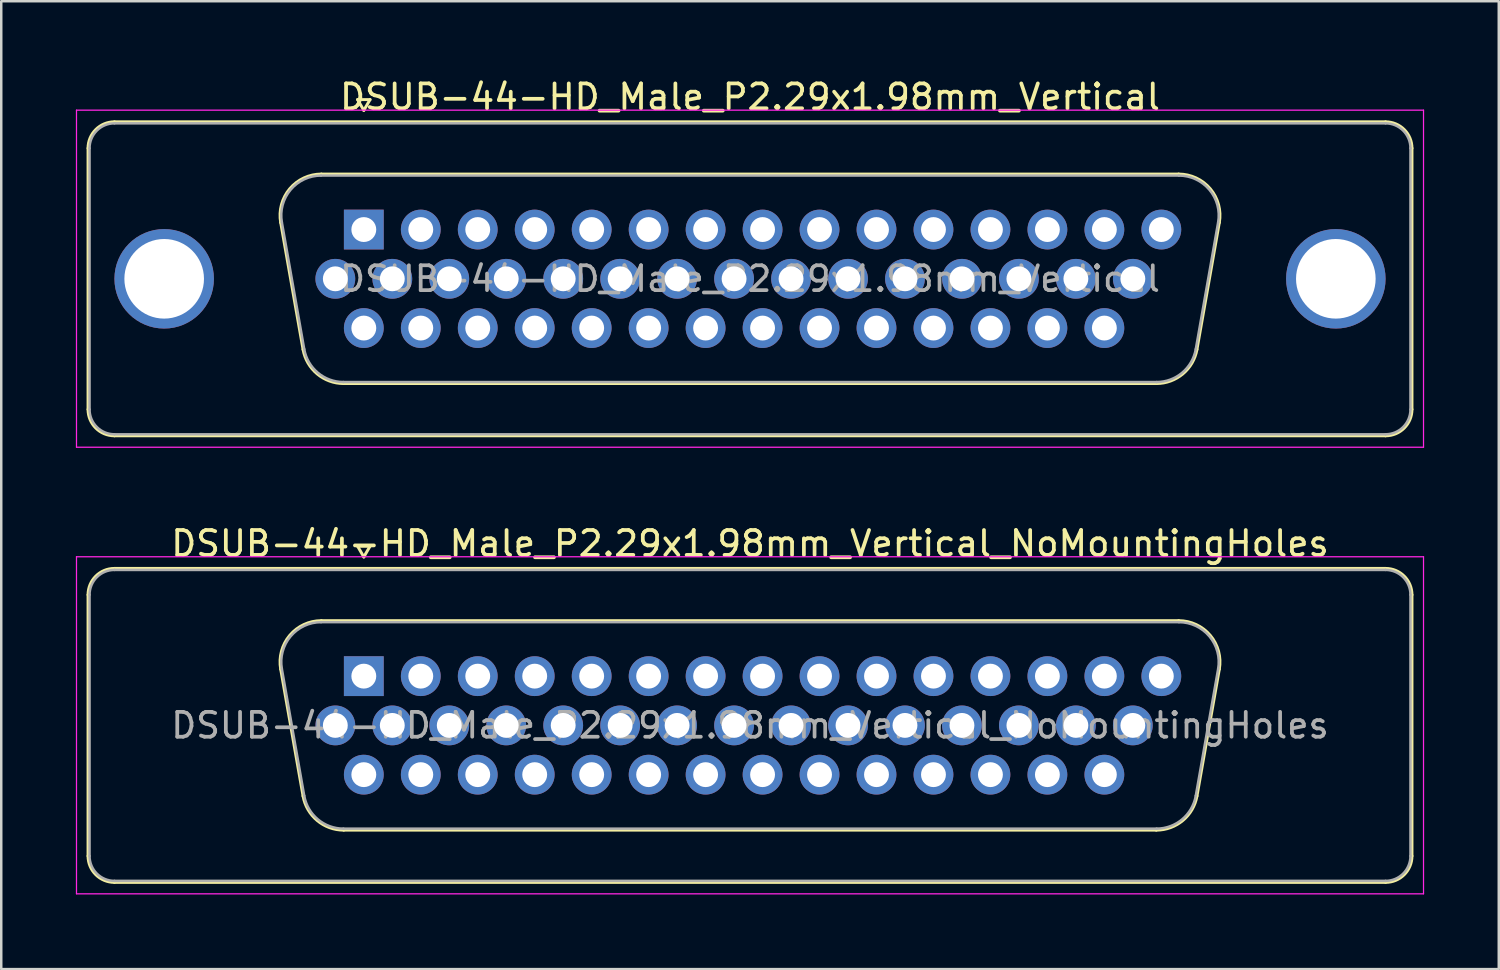
<source format=kicad_pcb>
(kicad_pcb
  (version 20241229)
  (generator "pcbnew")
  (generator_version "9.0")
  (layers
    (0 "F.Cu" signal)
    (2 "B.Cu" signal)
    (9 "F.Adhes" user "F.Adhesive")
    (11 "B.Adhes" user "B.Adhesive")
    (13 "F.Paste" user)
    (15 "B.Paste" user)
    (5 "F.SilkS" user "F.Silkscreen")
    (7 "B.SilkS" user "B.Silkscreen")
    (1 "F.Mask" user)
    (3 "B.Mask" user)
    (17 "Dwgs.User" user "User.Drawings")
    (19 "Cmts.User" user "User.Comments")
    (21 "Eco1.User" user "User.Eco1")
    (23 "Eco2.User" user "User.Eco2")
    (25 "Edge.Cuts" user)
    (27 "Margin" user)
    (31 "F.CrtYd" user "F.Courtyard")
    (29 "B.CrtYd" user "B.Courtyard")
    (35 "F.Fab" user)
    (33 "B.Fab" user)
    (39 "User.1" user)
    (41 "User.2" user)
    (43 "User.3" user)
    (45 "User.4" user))
  (footprint "DSUB-44-HD_Male_P2.29x1.98mm_Vertical"
    (layer "F.Cu")
    (at 11.575 6.178)
    (property "Reference" "DSUB-44-HD_Male_P2.29x1.98mm_Vertical" (at 15.525 -5.33 0) (layer "F.SilkS") (effects (font (size 1 1) (thickness 0.15))))
    (attr through_hole)
    (fp_line (start -11.085 7.23) (end -11.085 -3.27) (stroke (width 0.12) (type solid)) (layer "F.SilkS"))
    (fp_line (start -10.025 -4.33) (end 41.075 -4.33) (stroke (width 0.12) (type solid)) (layer "F.SilkS"))
    (fp_line (start -3.341 -0.282) (end -2.442 4.818) (stroke (width 0.12) (type solid)) (layer "F.SilkS"))
    (fp_line (start -1.707 -2.23) (end 32.757 -2.23) (stroke (width 0.12) (type solid)) (layer "F.SilkS"))
    (fp_line (start -0.807 6.19) (end 31.857 6.19) (stroke (width 0.12) (type solid)) (layer "F.SilkS"))
    (fp_line (start -0.25 -5.224) (end 0.25 -5.224) (stroke (width 0.12) (type solid)) (layer "F.SilkS"))
    (fp_line (start 0 -4.791) (end -0.25 -5.224) (stroke (width 0.12) (type solid)) (layer "F.SilkS"))
    (fp_line (start 0.25 -5.224) (end 0 -4.791) (stroke (width 0.12) (type solid)) (layer "F.SilkS"))
    (fp_line (start 34.391 -0.282) (end 33.492 4.818) (stroke (width 0.12) (type solid)) (layer "F.SilkS"))
    (fp_line (start 41.075 8.29) (end -10.025 8.29) (stroke (width 0.12) (type solid)) (layer "F.SilkS"))
    (fp_line (start 42.135 -3.27) (end 42.135 7.23) (stroke (width 0.12) (type solid)) (layer "F.SilkS"))
    (fp_arc (start -11.085 -3.27) (mid -10.774533 -4.019533) (end -10.025 -4.33) (stroke (width 0.12) (type solid)) (layer "F.SilkS"))
    (fp_arc (start -10.025 8.29) (mid -10.774533 7.979533) (end -11.085 7.23) (stroke (width 0.12) (type solid)) (layer "F.SilkS"))
    (fp_arc (start -3.34147 -0.281744) (mid -2.978323 -1.637028) (end -1.706689 -2.23) (stroke (width 0.12) (type solid)) (layer "F.SilkS"))
    (fp_arc (start -0.807421 6.19) (mid -1.874448 5.801634) (end -2.442202 4.818256) (stroke (width 0.12) (type solid)) (layer "F.SilkS"))
    (fp_arc (start 32.756689 -2.23) (mid 34.028323 -1.637027) (end 34.39147 -0.281744) (stroke (width 0.12) (type solid)) (layer "F.SilkS"))
    (fp_arc (start 33.492202 4.818256) (mid 32.924449 5.801634) (end 31.857421 6.19) (stroke (width 0.12) (type solid)) (layer "F.SilkS"))
    (fp_arc (start 41.075 -4.33) (mid 41.824533 -4.019533) (end 42.135 -3.27) (stroke (width 0.12) (type solid)) (layer "F.SilkS"))
    (fp_arc (start 42.135 7.23) (mid 41.824533 7.979533) (end 41.075 8.29) (stroke (width 0.12) (type solid)) (layer "F.SilkS"))
    (fp_line (start -11.55 -4.8) (end -11.55 8.75) (stroke (width 0.05) (type solid)) (layer "F.CrtYd"))
    (fp_line (start -11.55 8.75) (end 42.6 8.75) (stroke (width 0.05) (type solid)) (layer "F.CrtYd"))
    (fp_line (start 42.6 -4.8) (end -11.55 -4.8) (stroke (width 0.05) (type solid)) (layer "F.CrtYd"))
    (fp_line (start 42.6 8.75) (end 42.6 -4.8) (stroke (width 0.05) (type solid)) (layer "F.CrtYd"))
    (fp_line (start -11.025 7.23) (end -11.025 -3.27) (stroke (width 0.1) (type solid)) (layer "F.Fab"))
    (fp_line (start -10.025 -4.27) (end 41.075 -4.27) (stroke (width 0.1) (type solid)) (layer "F.Fab"))
    (fp_line (start -3.294 -0.292) (end -2.395 4.808) (stroke (width 0.1) (type solid)) (layer "F.Fab"))
    (fp_line (start -1.718 -2.17) (end 32.768 -2.17) (stroke (width 0.1) (type solid)) (layer "F.Fab"))
    (fp_line (start -0.819 6.13) (end 31.869 6.13) (stroke (width 0.1) (type solid)) (layer "F.Fab"))
    (fp_line (start 34.344 -0.292) (end 33.445 4.808) (stroke (width 0.1) (type solid)) (layer "F.Fab"))
    (fp_line (start 41.075 8.23) (end -10.025 8.23) (stroke (width 0.1) (type solid)) (layer "F.Fab"))
    (fp_line (start 42.075 -3.27) (end 42.075 7.23) (stroke (width 0.1) (type solid)) (layer "F.Fab"))
    (fp_arc (start -11.025 -3.27) (mid -10.732107 -3.977107) (end -10.025 -4.27) (stroke (width 0.1) (type solid)) (layer "F.Fab"))
    (fp_arc (start -10.025 8.23) (mid -10.732107 7.937107) (end -11.025 7.23) (stroke (width 0.1) (type solid)) (layer "F.Fab"))
    (fp_arc (start -3.293886 -0.292163) (mid -2.943865 -1.59846) (end -1.718194 -2.17) (stroke (width 0.1) (type solid)) (layer "F.Fab"))
    (fp_arc (start -0.818927 6.13) (mid -1.847387 5.755671) (end -2.394619 4.807837) (stroke (width 0.1) (type solid)) (layer "F.Fab"))
    (fp_arc (start 32.768194 -2.17) (mid 33.993865 -1.59846) (end 34.343886 -0.292163) (stroke (width 0.1) (type solid)) (layer "F.Fab"))
    (fp_arc (start 33.444619 4.807837) (mid 32.897387 5.755671) (end 31.868927 6.13) (stroke (width 0.1) (type solid)) (layer "F.Fab"))
    (fp_arc (start 41.075 -4.27) (mid 41.782107 -3.977107) (end 42.075 -3.27) (stroke (width 0.1) (type solid)) (layer "F.Fab"))
    (fp_arc (start 42.075 7.23) (mid 41.782107 7.937107) (end 41.075 8.23) (stroke (width 0.1) (type solid)) (layer "F.Fab"))
    (fp_text user "${REFERENCE}" (at 15.525 1.98 0) (layer "F.Fab") (effects (font (size 1 1) (thickness 0.15))))
    (pad "0" thru_hole circle (at -8.025 1.98) (size 4 4) (drill 3.2) (layers "*.Cu" "*.Mask"))
    (pad "0" thru_hole circle (at 39.075 1.98) (size 4 4) (drill 3.2) (layers "*.Cu" "*.Mask"))
    (pad "1" thru_hole rect (at 0 0) (size 1.6 1.6) (drill 1) (layers "*.Cu" "*.Mask"))
    (pad "2" thru_hole circle (at 2.29 0) (size 1.6 1.6) (drill 1) (layers "*.Cu" "*.Mask"))
    (pad "3" thru_hole circle (at 4.58 0) (size 1.6 1.6) (drill 1) (layers "*.Cu" "*.Mask"))
    (pad "4" thru_hole circle (at 6.87 0) (size 1.6 1.6) (drill 1) (layers "*.Cu" "*.Mask"))
    (pad "5" thru_hole circle (at 9.16 0) (size 1.6 1.6) (drill 1) (layers "*.Cu" "*.Mask"))
    (pad "6" thru_hole circle (at 11.45 0) (size 1.6 1.6) (drill 1) (layers "*.Cu" "*.Mask"))
    (pad "7" thru_hole circle (at 13.74 0) (size 1.6 1.6) (drill 1) (layers "*.Cu" "*.Mask"))
    (pad "8" thru_hole circle (at 16.03 0) (size 1.6 1.6) (drill 1) (layers "*.Cu" "*.Mask"))
    (pad "9" thru_hole circle (at 18.32 0) (size 1.6 1.6) (drill 1) (layers "*.Cu" "*.Mask"))
    (pad "10" thru_hole circle (at 20.61 0) (size 1.6 1.6) (drill 1) (layers "*.Cu" "*.Mask"))
    (pad "11" thru_hole circle (at 22.9 0) (size 1.6 1.6) (drill 1) (layers "*.Cu" "*.Mask"))
    (pad "12" thru_hole circle (at 25.19 0) (size 1.6 1.6) (drill 1) (layers "*.Cu" "*.Mask"))
    (pad "13" thru_hole circle (at 27.48 0) (size 1.6 1.6) (drill 1) (layers "*.Cu" "*.Mask"))
    (pad "14" thru_hole circle (at 29.77 0) (size 1.6 1.6) (drill 1) (layers "*.Cu" "*.Mask"))
    (pad "15" thru_hole circle (at 32.06 0) (size 1.6 1.6) (drill 1) (layers "*.Cu" "*.Mask"))
    (pad "16" thru_hole circle (at -1.145 1.98) (size 1.6 1.6) (drill 1) (layers "*.Cu" "*.Mask"))
    (pad "17" thru_hole circle (at 1.145 1.98) (size 1.6 1.6) (drill 1) (layers "*.Cu" "*.Mask"))
    (pad "18" thru_hole circle (at 3.435 1.98) (size 1.6 1.6) (drill 1) (layers "*.Cu" "*.Mask"))
    (pad "19" thru_hole circle (at 5.725 1.98) (size 1.6 1.6) (drill 1) (layers "*.Cu" "*.Mask"))
    (pad "20" thru_hole circle (at 8.015 1.98) (size 1.6 1.6) (drill 1) (layers "*.Cu" "*.Mask"))
    (pad "21" thru_hole circle (at 10.305 1.98) (size 1.6 1.6) (drill 1) (layers "*.Cu" "*.Mask"))
    (pad "22" thru_hole circle (at 12.595 1.98) (size 1.6 1.6) (drill 1) (layers "*.Cu" "*.Mask"))
    (pad "23" thru_hole circle (at 14.885 1.98) (size 1.6 1.6) (drill 1) (layers "*.Cu" "*.Mask"))
    (pad "24" thru_hole circle (at 17.175 1.98) (size 1.6 1.6) (drill 1) (layers "*.Cu" "*.Mask"))
    (pad "25" thru_hole circle (at 19.465 1.98) (size 1.6 1.6) (drill 1) (layers "*.Cu" "*.Mask"))
    (pad "26" thru_hole circle (at 21.755 1.98) (size 1.6 1.6) (drill 1) (layers "*.Cu" "*.Mask"))
    (pad "27" thru_hole circle (at 24.045 1.98) (size 1.6 1.6) (drill 1) (layers "*.Cu" "*.Mask"))
    (pad "28" thru_hole circle (at 26.335 1.98) (size 1.6 1.6) (drill 1) (layers "*.Cu" "*.Mask"))
    (pad "29" thru_hole circle (at 28.625 1.98) (size 1.6 1.6) (drill 1) (layers "*.Cu" "*.Mask"))
    (pad "30" thru_hole circle (at 30.915 1.98) (size 1.6 1.6) (drill 1) (layers "*.Cu" "*.Mask"))
    (pad "31" thru_hole circle (at 0 3.96) (size 1.6 1.6) (drill 1) (layers "*.Cu" "*.Mask"))
    (pad "32" thru_hole circle (at 2.29 3.96) (size 1.6 1.6) (drill 1) (layers "*.Cu" "*.Mask"))
    (pad "33" thru_hole circle (at 4.58 3.96) (size 1.6 1.6) (drill 1) (layers "*.Cu" "*.Mask"))
    (pad "34" thru_hole circle (at 6.87 3.96) (size 1.6 1.6) (drill 1) (layers "*.Cu" "*.Mask"))
    (pad "35" thru_hole circle (at 9.16 3.96) (size 1.6 1.6) (drill 1) (layers "*.Cu" "*.Mask"))
    (pad "36" thru_hole circle (at 11.45 3.96) (size 1.6 1.6) (drill 1) (layers "*.Cu" "*.Mask"))
    (pad "37" thru_hole circle (at 13.74 3.96) (size 1.6 1.6) (drill 1) (layers "*.Cu" "*.Mask"))
    (pad "38" thru_hole circle (at 16.03 3.96) (size 1.6 1.6) (drill 1) (layers "*.Cu" "*.Mask"))
    (pad "39" thru_hole circle (at 18.32 3.96) (size 1.6 1.6) (drill 1) (layers "*.Cu" "*.Mask"))
    (pad "40" thru_hole circle (at 20.61 3.96) (size 1.6 1.6) (drill 1) (layers "*.Cu" "*.Mask"))
    (pad "41" thru_hole circle (at 22.9 3.96) (size 1.6 1.6) (drill 1) (layers "*.Cu" "*.Mask"))
    (pad "42" thru_hole circle (at 25.19 3.96) (size 1.6 1.6) (drill 1) (layers "*.Cu" "*.Mask"))
    (pad "43" thru_hole circle (at 27.48 3.96) (size 1.6 1.6) (drill 1) (layers "*.Cu" "*.Mask"))
    (pad "44" thru_hole circle (at 29.77 3.96) (size 1.6 1.6) (drill 1) (layers "*.Cu" "*.Mask")))
  (footprint "DSUB-44-HD_Male_P2.29x1.98mm_Vertical_NoMountingHoles"
    (layer "F.Cu")
    (at 11.575 24.131)
    (property "Reference" "DSUB-44-HD_Male_P2.29x1.98mm_Vertical_NoMountingHoles" (at 15.525 -5.33 0) (layer "F.SilkS") (effects (font (size 1 1) (thickness 0.15))))
    (attr through_hole)
    (fp_line (start -11.085 7.23) (end -11.085 -3.27) (stroke (width 0.12) (type solid)) (layer "F.SilkS"))
    (fp_line (start -10.025 -4.33) (end 41.075 -4.33) (stroke (width 0.12) (type solid)) (layer "F.SilkS"))
    (fp_line (start -3.341 -0.282) (end -2.442 4.818) (stroke (width 0.12) (type solid)) (layer "F.SilkS"))
    (fp_line (start -1.707 -2.23) (end 32.757 -2.23) (stroke (width 0.12) (type solid)) (layer "F.SilkS"))
    (fp_line (start -0.807 6.19) (end 31.857 6.19) (stroke (width 0.12) (type solid)) (layer "F.SilkS"))
    (fp_line (start -0.25 -5.224) (end 0.25 -5.224) (stroke (width 0.12) (type solid)) (layer "F.SilkS"))
    (fp_line (start 0 -4.791) (end -0.25 -5.224) (stroke (width 0.12) (type solid)) (layer "F.SilkS"))
    (fp_line (start 0.25 -5.224) (end 0 -4.791) (stroke (width 0.12) (type solid)) (layer "F.SilkS"))
    (fp_line (start 34.391 -0.282) (end 33.492 4.818) (stroke (width 0.12) (type solid)) (layer "F.SilkS"))
    (fp_line (start 41.075 8.29) (end -10.025 8.29) (stroke (width 0.12) (type solid)) (layer "F.SilkS"))
    (fp_line (start 42.135 -3.27) (end 42.135 7.23) (stroke (width 0.12) (type solid)) (layer "F.SilkS"))
    (fp_arc (start -11.085 -3.27) (mid -10.774533 -4.019533) (end -10.025 -4.33) (stroke (width 0.12) (type solid)) (layer "F.SilkS"))
    (fp_arc (start -10.025 8.29) (mid -10.774533 7.979533) (end -11.085 7.23) (stroke (width 0.12) (type solid)) (layer "F.SilkS"))
    (fp_arc (start -3.34147 -0.281744) (mid -2.978323 -1.637028) (end -1.706689 -2.23) (stroke (width 0.12) (type solid)) (layer "F.SilkS"))
    (fp_arc (start -0.807421 6.19) (mid -1.874448 5.801634) (end -2.442202 4.818256) (stroke (width 0.12) (type solid)) (layer "F.SilkS"))
    (fp_arc (start 32.756689 -2.23) (mid 34.028323 -1.637027) (end 34.39147 -0.281744) (stroke (width 0.12) (type solid)) (layer "F.SilkS"))
    (fp_arc (start 33.492202 4.818256) (mid 32.924449 5.801634) (end 31.857421 6.19) (stroke (width 0.12) (type solid)) (layer "F.SilkS"))
    (fp_arc (start 41.075 -4.33) (mid 41.824533 -4.019533) (end 42.135 -3.27) (stroke (width 0.12) (type solid)) (layer "F.SilkS"))
    (fp_arc (start 42.135 7.23) (mid 41.824533 7.979533) (end 41.075 8.29) (stroke (width 0.12) (type solid)) (layer "F.SilkS"))
    (fp_line (start -11.55 -4.8) (end -11.55 8.75) (stroke (width 0.05) (type solid)) (layer "F.CrtYd"))
    (fp_line (start -11.55 8.75) (end 42.6 8.75) (stroke (width 0.05) (type solid)) (layer "F.CrtYd"))
    (fp_line (start 42.6 -4.8) (end -11.55 -4.8) (stroke (width 0.05) (type solid)) (layer "F.CrtYd"))
    (fp_line (start 42.6 8.75) (end 42.6 -4.8) (stroke (width 0.05) (type solid)) (layer "F.CrtYd"))
    (fp_line (start -11.025 7.23) (end -11.025 -3.27) (stroke (width 0.1) (type solid)) (layer "F.Fab"))
    (fp_line (start -10.025 -4.27) (end 41.075 -4.27) (stroke (width 0.1) (type solid)) (layer "F.Fab"))
    (fp_line (start -3.294 -0.292) (end -2.395 4.808) (stroke (width 0.1) (type solid)) (layer "F.Fab"))
    (fp_line (start -1.718 -2.17) (end 32.768 -2.17) (stroke (width 0.1) (type solid)) (layer "F.Fab"))
    (fp_line (start -0.819 6.13) (end 31.869 6.13) (stroke (width 0.1) (type solid)) (layer "F.Fab"))
    (fp_line (start 34.344 -0.292) (end 33.445 4.808) (stroke (width 0.1) (type solid)) (layer "F.Fab"))
    (fp_line (start 41.075 8.23) (end -10.025 8.23) (stroke (width 0.1) (type solid)) (layer "F.Fab"))
    (fp_line (start 42.075 -3.27) (end 42.075 7.23) (stroke (width 0.1) (type solid)) (layer "F.Fab"))
    (fp_arc (start -11.025 -3.27) (mid -10.732107 -3.977107) (end -10.025 -4.27) (stroke (width 0.1) (type solid)) (layer "F.Fab"))
    (fp_arc (start -10.025 8.23) (mid -10.732107 7.937107) (end -11.025 7.23) (stroke (width 0.1) (type solid)) (layer "F.Fab"))
    (fp_arc (start -3.293886 -0.292163) (mid -2.943865 -1.59846) (end -1.718194 -2.17) (stroke (width 0.1) (type solid)) (layer "F.Fab"))
    (fp_arc (start -0.818927 6.13) (mid -1.847387 5.755671) (end -2.394619 4.807837) (stroke (width 0.1) (type solid)) (layer "F.Fab"))
    (fp_arc (start 32.768194 -2.17) (mid 33.993865 -1.59846) (end 34.343886 -0.292163) (stroke (width 0.1) (type solid)) (layer "F.Fab"))
    (fp_arc (start 33.444619 4.807837) (mid 32.897387 5.755671) (end 31.868927 6.13) (stroke (width 0.1) (type solid)) (layer "F.Fab"))
    (fp_arc (start 41.075 -4.27) (mid 41.782107 -3.977107) (end 42.075 -3.27) (stroke (width 0.1) (type solid)) (layer "F.Fab"))
    (fp_arc (start 42.075 7.23) (mid 41.782107 7.937107) (end 41.075 8.23) (stroke (width 0.1) (type solid)) (layer "F.Fab"))
    (fp_text user "${REFERENCE}" (at 15.525 1.98 0) (layer "F.Fab") (effects (font (size 1 1) (thickness 0.15))))
    (pad "1" thru_hole rect (at 0 0) (size 1.6 1.6) (drill 1) (layers "*.Cu" "*.Mask"))
    (pad "2" thru_hole circle (at 2.29 0) (size 1.6 1.6) (drill 1) (layers "*.Cu" "*.Mask"))
    (pad "3" thru_hole circle (at 4.58 0) (size 1.6 1.6) (drill 1) (layers "*.Cu" "*.Mask"))
    (pad "4" thru_hole circle (at 6.87 0) (size 1.6 1.6) (drill 1) (layers "*.Cu" "*.Mask"))
    (pad "5" thru_hole circle (at 9.16 0) (size 1.6 1.6) (drill 1) (layers "*.Cu" "*.Mask"))
    (pad "6" thru_hole circle (at 11.45 0) (size 1.6 1.6) (drill 1) (layers "*.Cu" "*.Mask"))
    (pad "7" thru_hole circle (at 13.74 0) (size 1.6 1.6) (drill 1) (layers "*.Cu" "*.Mask"))
    (pad "8" thru_hole circle (at 16.03 0) (size 1.6 1.6) (drill 1) (layers "*.Cu" "*.Mask"))
    (pad "9" thru_hole circle (at 18.32 0) (size 1.6 1.6) (drill 1) (layers "*.Cu" "*.Mask"))
    (pad "10" thru_hole circle (at 20.61 0) (size 1.6 1.6) (drill 1) (layers "*.Cu" "*.Mask"))
    (pad "11" thru_hole circle (at 22.9 0) (size 1.6 1.6) (drill 1) (layers "*.Cu" "*.Mask"))
    (pad "12" thru_hole circle (at 25.19 0) (size 1.6 1.6) (drill 1) (layers "*.Cu" "*.Mask"))
    (pad "13" thru_hole circle (at 27.48 0) (size 1.6 1.6) (drill 1) (layers "*.Cu" "*.Mask"))
    (pad "14" thru_hole circle (at 29.77 0) (size 1.6 1.6) (drill 1) (layers "*.Cu" "*.Mask"))
    (pad "15" thru_hole circle (at 32.06 0) (size 1.6 1.6) (drill 1) (layers "*.Cu" "*.Mask"))
    (pad "16" thru_hole circle (at -1.145 1.98) (size 1.6 1.6) (drill 1) (layers "*.Cu" "*.Mask"))
    (pad "17" thru_hole circle (at 1.145 1.98) (size 1.6 1.6) (drill 1) (layers "*.Cu" "*.Mask"))
    (pad "18" thru_hole circle (at 3.435 1.98) (size 1.6 1.6) (drill 1) (layers "*.Cu" "*.Mask"))
    (pad "19" thru_hole circle (at 5.725 1.98) (size 1.6 1.6) (drill 1) (layers "*.Cu" "*.Mask"))
    (pad "20" thru_hole circle (at 8.015 1.98) (size 1.6 1.6) (drill 1) (layers "*.Cu" "*.Mask"))
    (pad "21" thru_hole circle (at 10.305 1.98) (size 1.6 1.6) (drill 1) (layers "*.Cu" "*.Mask"))
    (pad "22" thru_hole circle (at 12.595 1.98) (size 1.6 1.6) (drill 1) (layers "*.Cu" "*.Mask"))
    (pad "23" thru_hole circle (at 14.885 1.98) (size 1.6 1.6) (drill 1) (layers "*.Cu" "*.Mask"))
    (pad "24" thru_hole circle (at 17.175 1.98) (size 1.6 1.6) (drill 1) (layers "*.Cu" "*.Mask"))
    (pad "25" thru_hole circle (at 19.465 1.98) (size 1.6 1.6) (drill 1) (layers "*.Cu" "*.Mask"))
    (pad "26" thru_hole circle (at 21.755 1.98) (size 1.6 1.6) (drill 1) (layers "*.Cu" "*.Mask"))
    (pad "27" thru_hole circle (at 24.045 1.98) (size 1.6 1.6) (drill 1) (layers "*.Cu" "*.Mask"))
    (pad "28" thru_hole circle (at 26.335 1.98) (size 1.6 1.6) (drill 1) (layers "*.Cu" "*.Mask"))
    (pad "29" thru_hole circle (at 28.625 1.98) (size 1.6 1.6) (drill 1) (layers "*.Cu" "*.Mask"))
    (pad "30" thru_hole circle (at 30.915 1.98) (size 1.6 1.6) (drill 1) (layers "*.Cu" "*.Mask"))
    (pad "31" thru_hole circle (at 0 3.96) (size 1.6 1.6) (drill 1) (layers "*.Cu" "*.Mask"))
    (pad "32" thru_hole circle (at 2.29 3.96) (size 1.6 1.6) (drill 1) (layers "*.Cu" "*.Mask"))
    (pad "33" thru_hole circle (at 4.58 3.96) (size 1.6 1.6) (drill 1) (layers "*.Cu" "*.Mask"))
    (pad "34" thru_hole circle (at 6.87 3.96) (size 1.6 1.6) (drill 1) (layers "*.Cu" "*.Mask"))
    (pad "35" thru_hole circle (at 9.16 3.96) (size 1.6 1.6) (drill 1) (layers "*.Cu" "*.Mask"))
    (pad "36" thru_hole circle (at 11.45 3.96) (size 1.6 1.6) (drill 1) (layers "*.Cu" "*.Mask"))
    (pad "37" thru_hole circle (at 13.74 3.96) (size 1.6 1.6) (drill 1) (layers "*.Cu" "*.Mask"))
    (pad "38" thru_hole circle (at 16.03 3.96) (size 1.6 1.6) (drill 1) (layers "*.Cu" "*.Mask"))
    (pad "39" thru_hole circle (at 18.32 3.96) (size 1.6 1.6) (drill 1) (layers "*.Cu" "*.Mask"))
    (pad "40" thru_hole circle (at 20.61 3.96) (size 1.6 1.6) (drill 1) (layers "*.Cu" "*.Mask"))
    (pad "41" thru_hole circle (at 22.9 3.96) (size 1.6 1.6) (drill 1) (layers "*.Cu" "*.Mask"))
    (pad "42" thru_hole circle (at 25.19 3.96) (size 1.6 1.6) (drill 1) (layers "*.Cu" "*.Mask"))
    (pad "43" thru_hole circle (at 27.48 3.96) (size 1.6 1.6) (drill 1) (layers "*.Cu" "*.Mask"))
    (pad "44" thru_hole circle (at 29.77 3.96) (size 1.6 1.6) (drill 1) (layers "*.Cu" "*.Mask")))
  (gr_rect
    (start -3 -3)
    (end 57.2 35.907)
    (stroke (width 0.1) (type default))
    (fill no)
    (layer "Edge.Cuts")))
</source>
